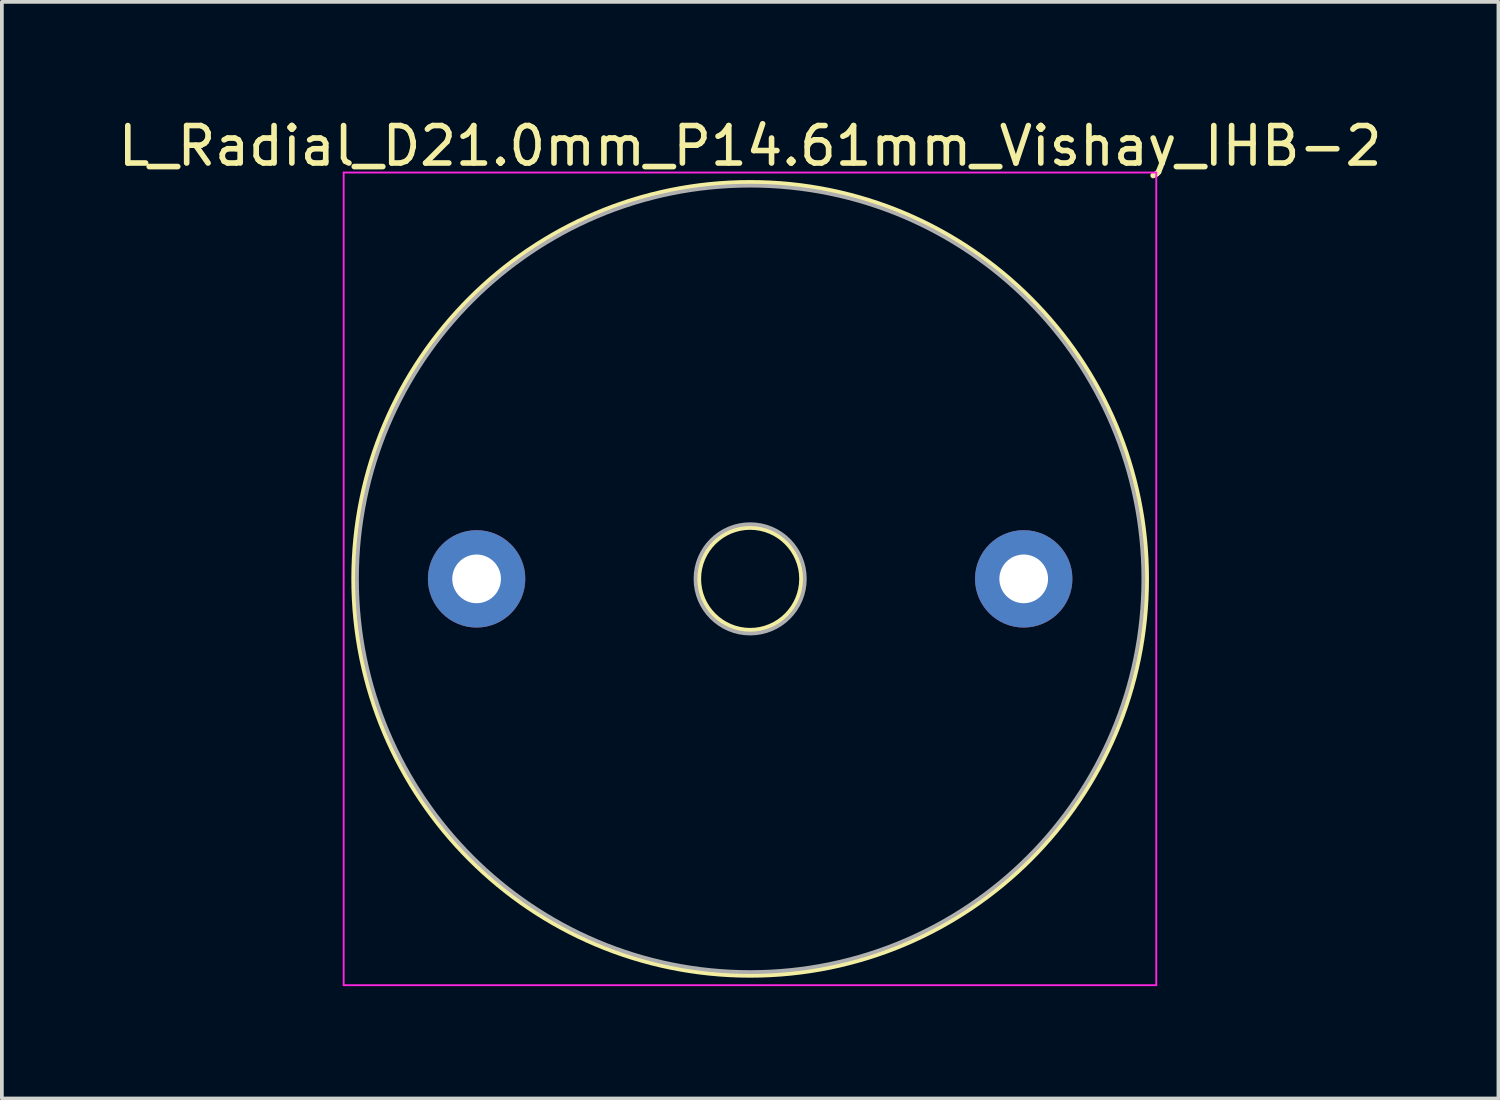
<source format=kicad_pcb>
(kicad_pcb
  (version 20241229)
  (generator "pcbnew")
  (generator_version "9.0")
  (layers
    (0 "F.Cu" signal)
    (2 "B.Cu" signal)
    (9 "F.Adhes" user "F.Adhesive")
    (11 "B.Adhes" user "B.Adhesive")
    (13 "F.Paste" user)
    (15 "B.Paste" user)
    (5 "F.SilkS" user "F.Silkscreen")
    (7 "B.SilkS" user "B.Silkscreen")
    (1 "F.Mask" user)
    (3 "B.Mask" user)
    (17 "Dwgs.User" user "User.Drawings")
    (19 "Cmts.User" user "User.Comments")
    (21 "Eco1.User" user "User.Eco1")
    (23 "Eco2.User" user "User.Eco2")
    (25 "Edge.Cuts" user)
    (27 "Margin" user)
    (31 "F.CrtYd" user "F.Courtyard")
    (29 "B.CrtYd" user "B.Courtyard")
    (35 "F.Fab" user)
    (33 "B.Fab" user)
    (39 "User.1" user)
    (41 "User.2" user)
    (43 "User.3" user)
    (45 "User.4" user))
  (footprint "L_Radial_D21.0mm_P14.61mm_Vishay_IHB-2"
    (layer "F.Cu")
    (at 9.677 12.408)
    (property "Reference" "L_Radial_D21.0mm_P14.61mm_Vishay_IHB-2" (at 7.305 -11.56 0) (layer "F.SilkS") (effects (font (size 1 1) (thickness 0.15))))
    (attr through_hole)
    (fp_circle (center 7.305 0) (end 8.675 0) (stroke (width 0.12) (type solid)) (fill no) (layer "F.SilkS"))
    (fp_circle (center 7.305 0) (end 17.895 0) (stroke (width 0.12) (type solid)) (fill no) (layer "F.SilkS"))
    (fp_line (start -3.55 -10.85) (end -3.55 10.85) (stroke (width 0.05) (type solid)) (layer "F.CrtYd"))
    (fp_line (start -3.55 10.85) (end 18.15 10.85) (stroke (width 0.05) (type solid)) (layer "F.CrtYd"))
    (fp_line (start 18.15 -10.85) (end -3.55 -10.85) (stroke (width 0.05) (type solid)) (layer "F.CrtYd"))
    (fp_line (start 18.15 10.85) (end 18.15 -10.85) (stroke (width 0.05) (type solid)) (layer "F.CrtYd"))
    (fp_circle (center 7.305 0) (end 8.765 0) (stroke (width 0.1) (type solid)) (fill no) (layer "F.Fab"))
    (fp_circle (center 7.305 0) (end 17.805 0) (stroke (width 0.1) (type solid)) (fill no) (layer "F.Fab"))
    (pad "1" thru_hole circle (at 0 0) (size 2.6 2.6) (drill 1.3) (layers "*.Cu" "*.Mask"))
    (pad "2" thru_hole circle (at 14.61 0) (size 2.6 2.6) (drill 1.3) (layers "*.Cu" "*.Mask")))
  (gr_rect
    (start -3 -3)
    (end 36.964 26.283)
    (stroke (width 0.1) (type default))
    (fill no)
    (layer "Edge.Cuts")))
</source>
